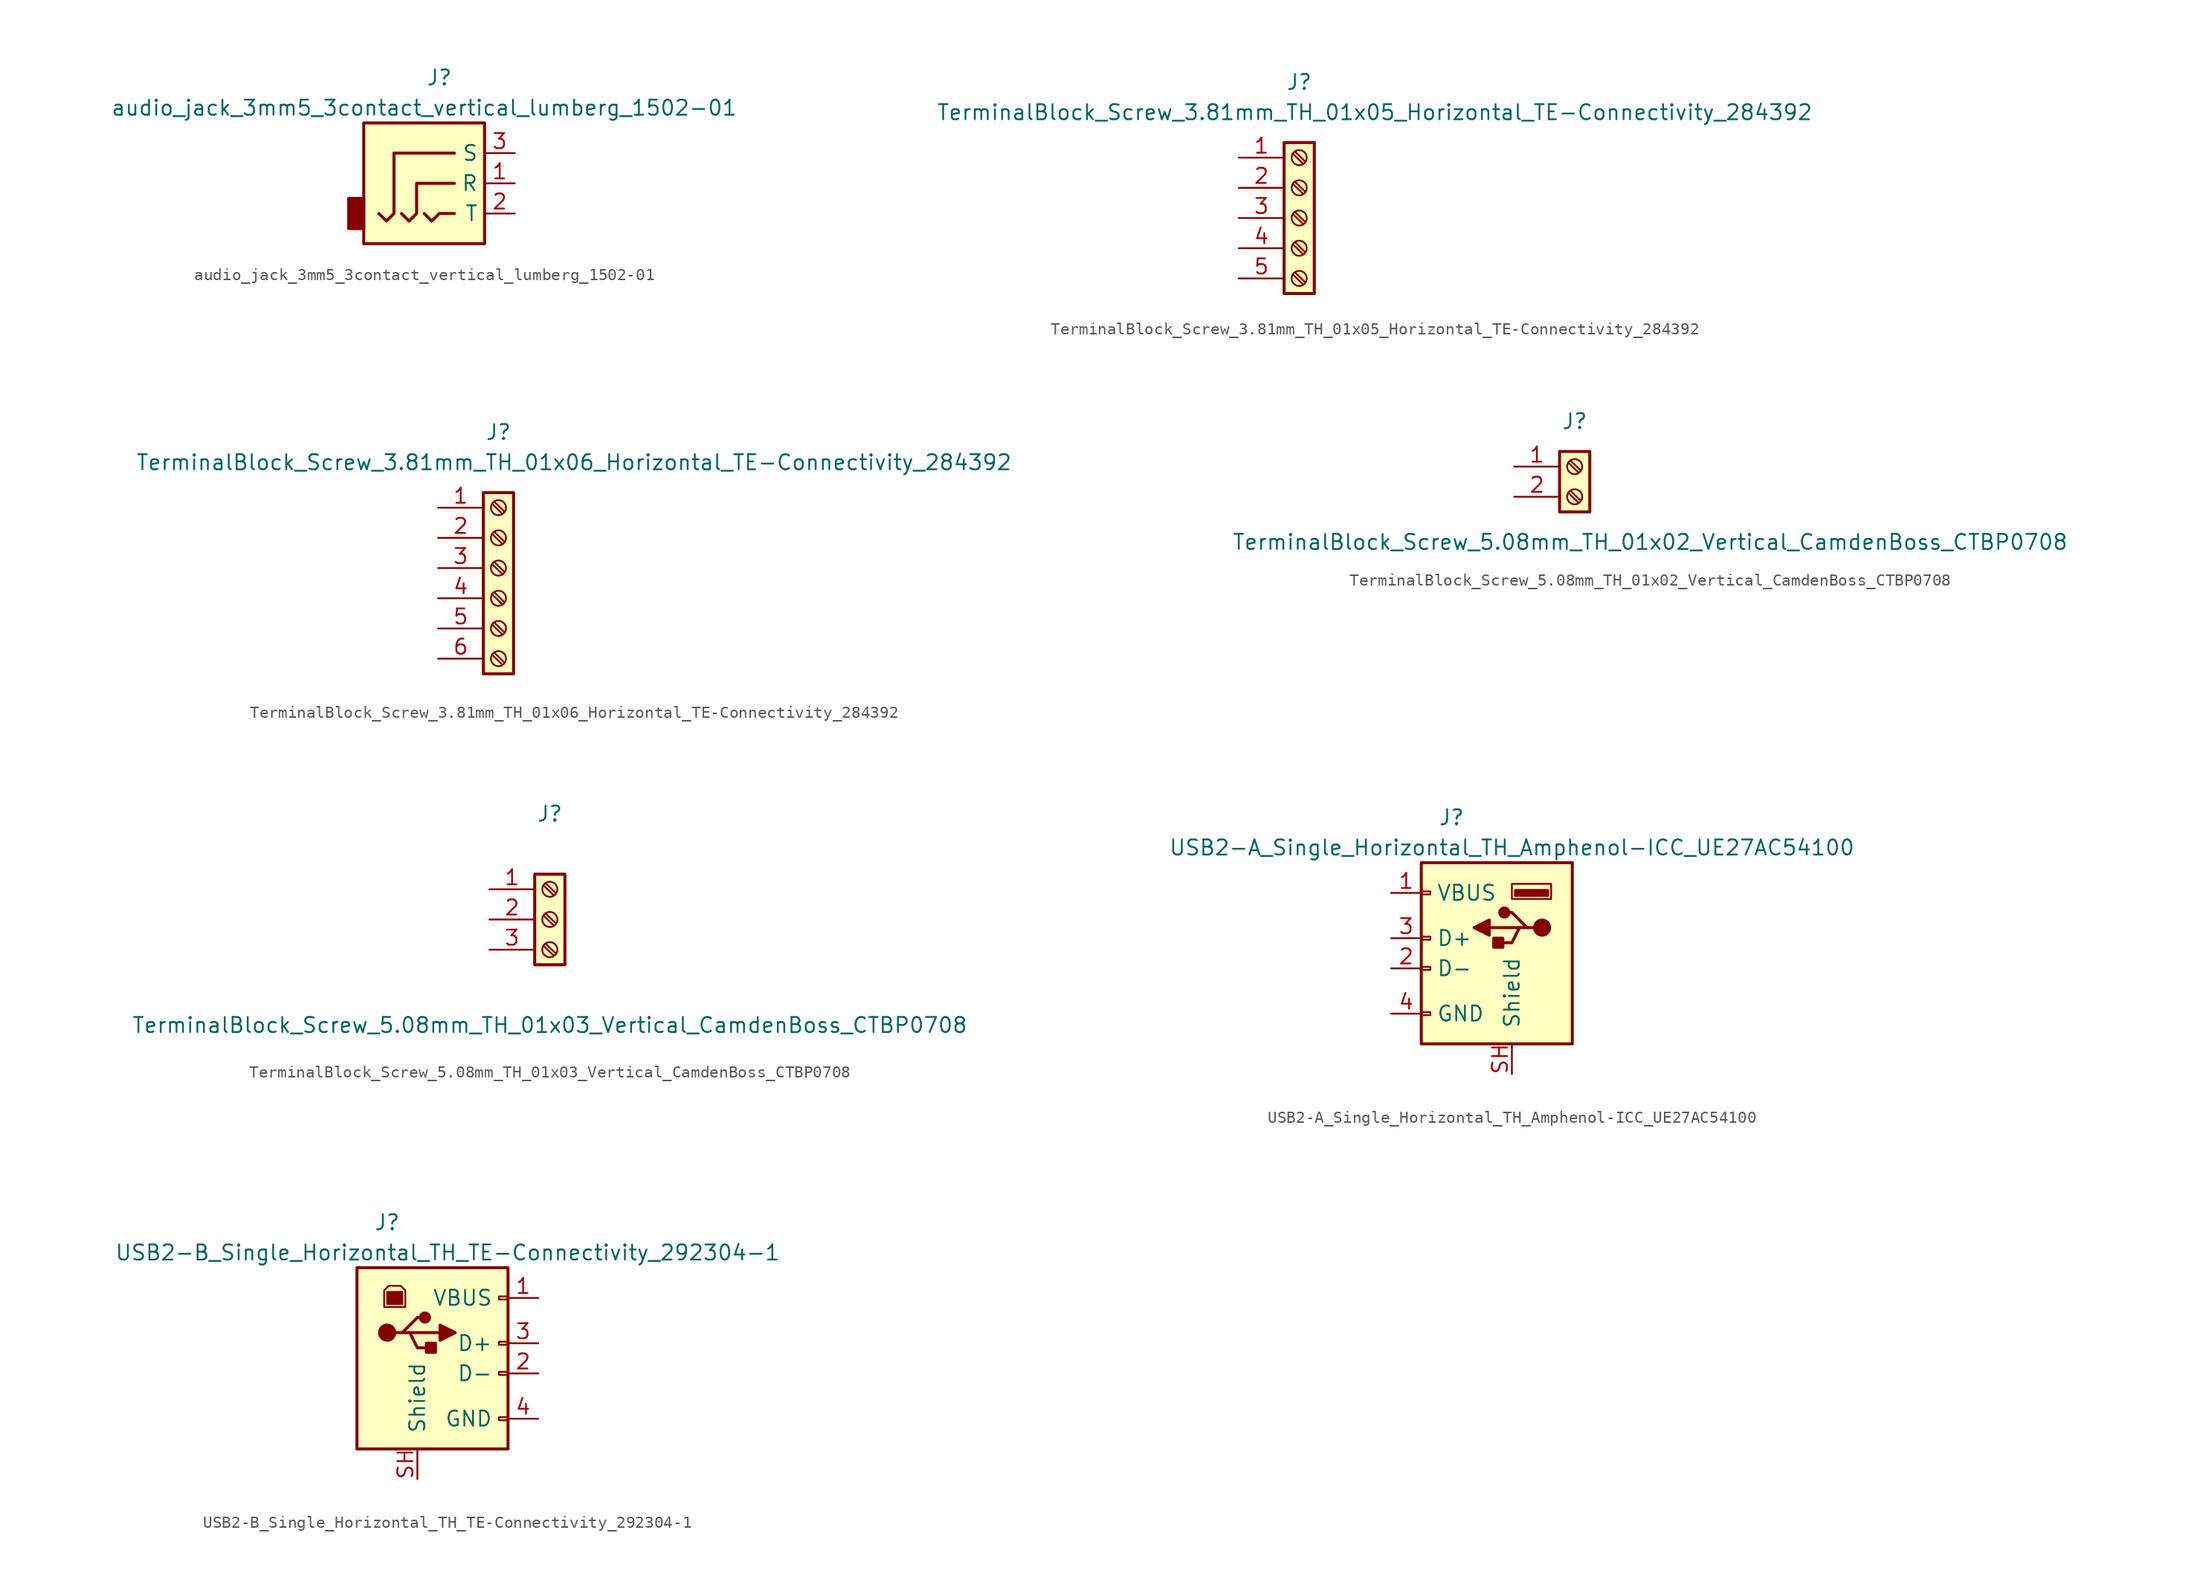
<source format=kicad_sym>
(kicad_symbol_lib
  (version 20241209)
  (generator "kicad_symbol_editor")
  (generator_version "9.0")
  (symbol "audio_jack_3mm5_3contact_vertical_lumberg_1502-01"
    (property "Reference" "J"
      (at 0 11.43 0)
      (effects (font (size 1.27 1.27))))
    (property "Value" "audio_jack_3mm5_3contact_vertical_lumberg_1502-01"
      (at -1.27 8.89 0)
      (effects (font (size 1.27 1.27))))
    (symbol "audio_jack_3mm5_3contact_vertical_lumberg_1502-01_1_1"
      (rectangle (start -6.35 -1.27) (end -7.62 1.27) (stroke (width 0.254) (type default)) (fill (type outline)))
      (polyline (pts (xy -3.175 0) (xy -2.54 -0.635) (xy -1.905 0) (xy -1.905 2.54) (xy 1.27 2.54)) (stroke (width 0.254) (type default)) (fill (type none)))
      (polyline (pts (xy -1.27 0) (xy -0.635 -0.635) (xy 0 0) (xy 1.27 0)) (stroke (width 0.254) (type default)) (fill (type none)))
      (polyline (pts (xy 1.27 5.08) (xy -3.81 5.08) (xy -3.81 0) (xy -4.445 -0.635) (xy -5.08 0)) (stroke (width 0.254) (type default)) (fill (type none)))
      (rectangle (start 3.81 7.62) (end -6.35 -2.54) (stroke (width 0.254) (type default)) (fill (type background)))
      (pin passive line (at 6.35 5.08 180) (length 2.54) (name "S" (effects (font (size 1.27 1.27)))) (number "3" (effects (font (size 1.27 1.27)))))
      (pin passive line (at 6.35 2.54 180) (length 2.54) (name "R" (effects (font (size 1.27 1.27)))) (number "1" (effects (font (size 1.27 1.27)))))
      (pin passive line (at 6.35 0 180) (length 2.54) (name "T" (effects (font (size 1.27 1.27)))) (number "2" (effects (font (size 1.27 1.27)))))))
  (symbol "TerminalBlock_Screw_3.81mm_TH_01x05_Horizontal_TE-Connectivity_284392"
    (pin_names
      (offset 1.27)
      (hide yes))
    (property "Reference" "J"
      (at 0 11.43 0)
      (effects (font (size 1.27 1.27))))
    (property "Value" "TerminalBlock_Screw_3.81mm_TH_01x05_Horizontal_TE-Connectivity_284392"
      (at 6.35 8.89 0)
      (effects (font (size 1.27 1.27))))
    (symbol "TerminalBlock_Screw_3.81mm_TH_01x05_Horizontal_TE-Connectivity_284392_0_0"
      (pin passive line (at -5.08 -2.54 0) (length 3.81) (name "Pin_4" (effects (font (size 1.27 1.27)))) (number "4" (effects (font (size 1.27 1.27)))))
      (pin passive line (at -5.08 -5.08 0) (length 3.81) (name "Pin_5" (effects (font (size 1.27 1.27)))) (number "5" (effects (font (size 1.27 1.27))))))
    (symbol "TerminalBlock_Screw_3.81mm_TH_01x05_Horizontal_TE-Connectivity_284392_1_1"
      (rectangle (start -1.27 6.35) (end 1.27 -6.35) (stroke (width 0.254) (type default)) (fill (type background)))
      (polyline (pts (xy -0.533 5.41) (xy 0.33 4.572)) (stroke (width 0.152) (type default)) (fill (type none)))
      (polyline (pts (xy -0.533 2.87) (xy 0.33 2.032)) (stroke (width 0.152) (type default)) (fill (type none)))
      (polyline (pts (xy -0.533 0.33) (xy 0.33 -0.508)) (stroke (width 0.152) (type default)) (fill (type none)))
      (polyline (pts (xy -0.533 -2.21) (xy 0.33 -3.048)) (stroke (width 0.152) (type default)) (fill (type none)))
      (polyline (pts (xy -0.533 -4.75) (xy 0.33 -5.588)) (stroke (width 0.152) (type default)) (fill (type none)))
      (polyline (pts (xy -0.356 5.588) (xy 0.508 4.75)) (stroke (width 0.152) (type default)) (fill (type none)))
      (polyline (pts (xy -0.356 3.048) (xy 0.508 2.21)) (stroke (width 0.152) (type default)) (fill (type none)))
      (polyline (pts (xy -0.356 0.508) (xy 0.508 -0.33)) (stroke (width 0.152) (type default)) (fill (type none)))
      (polyline (pts (xy -0.356 -2.032) (xy 0.508 -2.87)) (stroke (width 0.152) (type default)) (fill (type none)))
      (polyline (pts (xy -0.356 -4.572) (xy 0.508 -5.41)) (stroke (width 0.152) (type default)) (fill (type none)))
      (circle (center 0 5.08) (radius 0.635) (stroke (width 0.152) (type default)) (fill (type none)))
      (circle (center 0 2.54) (radius 0.635) (stroke (width 0.152) (type default)) (fill (type none)))
      (circle (center 0 0) (radius 0.635) (stroke (width 0.152) (type default)) (fill (type none)))
      (circle (center 0 -2.54) (radius 0.635) (stroke (width 0.152) (type default)) (fill (type none)))
      (circle (center 0 -5.08) (radius 0.635) (stroke (width 0.152) (type default)) (fill (type none)))
      (pin passive line (at -5.08 5.08 0) (length 3.81) (name "Pin_1" (effects (font (size 1.27 1.27)))) (number "1" (effects (font (size 1.27 1.27)))))
      (pin passive line (at -5.08 2.54 0) (length 3.81) (name "Pin_2" (effects (font (size 1.27 1.27)))) (number "2" (effects (font (size 1.27 1.27)))))
      (pin passive line (at -5.08 0 0) (length 3.81) (name "Pin_3" (effects (font (size 1.27 1.27)))) (number "3" (effects (font (size 1.27 1.27)))))))
  (symbol "TerminalBlock_Screw_3.81mm_TH_01x06_Horizontal_TE-Connectivity_284392"
    (pin_names
      (offset 1.27)
      (hide yes))
    (property "Reference" "J"
      (at 0 12.7 0)
      (effects (font (size 1.27 1.27))))
    (property "Value" "TerminalBlock_Screw_3.81mm_TH_01x06_Horizontal_TE-Connectivity_284392"
      (at 6.35 10.16 0)
      (effects (font (size 1.27 1.27))))
    (symbol "TerminalBlock_Screw_3.81mm_TH_01x06_Horizontal_TE-Connectivity_284392_0_0"
      (pin passive line (at -5.08 -1.27 0) (length 3.81) (name "Pin_4" (effects (font (size 1.27 1.27)))) (number "4" (effects (font (size 1.27 1.27)))))
      (pin passive line (at -5.08 -3.81 0) (length 3.81) (name "Pin_5" (effects (font (size 1.27 1.27)))) (number "5" (effects (font (size 1.27 1.27)))))
      (pin passive line (at -5.08 -6.35 0) (length 3.81) (name "Pin_6" (effects (font (size 1.27 1.27)))) (number "6" (effects (font (size 1.27 1.27))))))
    (symbol "TerminalBlock_Screw_3.81mm_TH_01x06_Horizontal_TE-Connectivity_284392_1_1"
      (rectangle (start -1.27 7.62) (end 1.27 -7.62) (stroke (width 0.254) (type default)) (fill (type background)))
      (polyline (pts (xy -0.533 6.68) (xy 0.33 5.842)) (stroke (width 0.152) (type default)) (fill (type none)))
      (polyline (pts (xy -0.533 4.14) (xy 0.33 3.302)) (stroke (width 0.152) (type default)) (fill (type none)))
      (polyline (pts (xy -0.533 1.6) (xy 0.33 0.762)) (stroke (width 0.152) (type default)) (fill (type none)))
      (polyline (pts (xy -0.533 -0.94) (xy 0.33 -1.778)) (stroke (width 0.152) (type default)) (fill (type none)))
      (polyline (pts (xy -0.533 -3.48) (xy 0.33 -4.318)) (stroke (width 0.152) (type default)) (fill (type none)))
      (polyline (pts (xy -0.533 -6.02) (xy 0.33 -6.858)) (stroke (width 0.152) (type default)) (fill (type none)))
      (polyline (pts (xy -0.356 6.858) (xy 0.508 6.02)) (stroke (width 0.152) (type default)) (fill (type none)))
      (polyline (pts (xy -0.356 4.318) (xy 0.508 3.48)) (stroke (width 0.152) (type default)) (fill (type none)))
      (polyline (pts (xy -0.356 1.778) (xy 0.508 0.94)) (stroke (width 0.152) (type default)) (fill (type none)))
      (polyline (pts (xy -0.356 -0.762) (xy 0.508 -1.6)) (stroke (width 0.152) (type default)) (fill (type none)))
      (polyline (pts (xy -0.356 -3.302) (xy 0.508 -4.14)) (stroke (width 0.152) (type default)) (fill (type none)))
      (polyline (pts (xy -0.356 -5.842) (xy 0.508 -6.68)) (stroke (width 0.152) (type default)) (fill (type none)))
      (circle (center 0 6.35) (radius 0.635) (stroke (width 0.152) (type default)) (fill (type none)))
      (circle (center 0 3.81) (radius 0.635) (stroke (width 0.152) (type default)) (fill (type none)))
      (circle (center 0 1.27) (radius 0.635) (stroke (width 0.152) (type default)) (fill (type none)))
      (circle (center 0 -1.27) (radius 0.635) (stroke (width 0.152) (type default)) (fill (type none)))
      (circle (center 0 -3.81) (radius 0.635) (stroke (width 0.152) (type default)) (fill (type none)))
      (circle (center 0 -6.35) (radius 0.635) (stroke (width 0.152) (type default)) (fill (type none)))
      (pin passive line (at -5.08 6.35 0) (length 3.81) (name "Pin_1" (effects (font (size 1.27 1.27)))) (number "1" (effects (font (size 1.27 1.27)))))
      (pin passive line (at -5.08 3.81 0) (length 3.81) (name "Pin_2" (effects (font (size 1.27 1.27)))) (number "2" (effects (font (size 1.27 1.27)))))
      (pin passive line (at -5.08 1.27 0) (length 3.81) (name "Pin_3" (effects (font (size 1.27 1.27)))) (number "3" (effects (font (size 1.27 1.27)))))))
  (symbol "TerminalBlock_Screw_5.08mm_TH_01x02_Vertical_CamdenBoss_CTBP0708"
    (pin_names
      (offset 1.27)
      (hide yes))
    (property "Reference" "J"
      (at 0 5.08 0)
      (effects (font (size 1.27 1.27))))
    (property "Value" "TerminalBlock_Screw_5.08mm_TH_01x02_Vertical_CamdenBoss_CTBP0708"
      (at 6.35 -5.08 0)
      (effects (font (size 1.27 1.27))))
    (symbol "TerminalBlock_Screw_5.08mm_TH_01x02_Vertical_CamdenBoss_CTBP0708_1_1"
      (rectangle (start -1.27 2.54) (end 1.27 -2.54) (stroke (width 0.254) (type default)) (fill (type background)))
      (polyline (pts (xy -0.533 1.6) (xy 0.33 0.762)) (stroke (width 0.152) (type default)) (fill (type none)))
      (polyline (pts (xy -0.533 -0.94) (xy 0.33 -1.778)) (stroke (width 0.152) (type default)) (fill (type none)))
      (polyline (pts (xy -0.356 1.778) (xy 0.508 0.94)) (stroke (width 0.152) (type default)) (fill (type none)))
      (polyline (pts (xy -0.356 -0.762) (xy 0.508 -1.6)) (stroke (width 0.152) (type default)) (fill (type none)))
      (circle (center 0 1.27) (radius 0.635) (stroke (width 0.152) (type default)) (fill (type none)))
      (circle (center 0 -1.27) (radius 0.635) (stroke (width 0.152) (type default)) (fill (type none)))
      (pin passive line (at -5.08 1.27 0) (length 3.81) (name "Pin_1" (effects (font (size 1.27 1.27)))) (number "1" (effects (font (size 1.27 1.27)))))
      (pin passive line (at -5.08 -1.27 0) (length 3.81) (name "Pin_2" (effects (font (size 1.27 1.27)))) (number "2" (effects (font (size 1.27 1.27)))))))
  (symbol "TerminalBlock_Screw_5.08mm_TH_01x03_Vertical_CamdenBoss_CTBP0708"
    (pin_names
      (offset 1.27)
      (hide yes))
    (property "Reference" "J"
      (at 0 8.89 0)
      (effects (font (size 1.27 1.27))))
    (property "Value" "TerminalBlock_Screw_5.08mm_TH_01x03_Vertical_CamdenBoss_CTBP0708"
      (at 0 -8.89 0)
      (effects (font (size 1.27 1.27))))
    (symbol "TerminalBlock_Screw_5.08mm_TH_01x03_Vertical_CamdenBoss_CTBP0708_1_1"
      (rectangle (start -1.27 3.81) (end 1.27 -3.81) (stroke (width 0.254) (type default)) (fill (type background)))
      (polyline (pts (xy -0.533 2.87) (xy 0.33 2.032)) (stroke (width 0.152) (type default)) (fill (type none)))
      (polyline (pts (xy -0.533 0.33) (xy 0.33 -0.508)) (stroke (width 0.152) (type default)) (fill (type none)))
      (polyline (pts (xy -0.533 -2.21) (xy 0.33 -3.048)) (stroke (width 0.152) (type default)) (fill (type none)))
      (polyline (pts (xy -0.356 3.048) (xy 0.508 2.21)) (stroke (width 0.152) (type default)) (fill (type none)))
      (polyline (pts (xy -0.356 0.508) (xy 0.508 -0.33)) (stroke (width 0.152) (type default)) (fill (type none)))
      (polyline (pts (xy -0.356 -2.032) (xy 0.508 -2.87)) (stroke (width 0.152) (type default)) (fill (type none)))
      (circle (center 0 2.54) (radius 0.635) (stroke (width 0.152) (type default)) (fill (type none)))
      (circle (center 0 0) (radius 0.635) (stroke (width 0.152) (type default)) (fill (type none)))
      (circle (center 0 -2.54) (radius 0.635) (stroke (width 0.152) (type default)) (fill (type none)))
      (pin passive line (at -5.08 2.54 0) (length 3.81) (name "Pin_1" (effects (font (size 1.27 1.27)))) (number "1" (effects (font (size 1.27 1.27)))))
      (pin passive line (at -5.08 0 0) (length 3.81) (name "Pin_2" (effects (font (size 1.27 1.27)))) (number "2" (effects (font (size 1.27 1.27)))))
      (pin passive line (at -5.08 -2.54 0) (length 3.81) (name "Pin_3" (effects (font (size 1.27 1.27)))) (number "3" (effects (font (size 1.27 1.27)))))))
  (symbol "USB2-A_Single_Horizontal_TH_Amphenol-ICC_UE27AC54100"
    (pin_names
      (offset 1.27))
    (property "Reference" "J"
      (at -3.81 11.43 0)
      (effects (font (size 1.27 1.27))))
    (property "Value" "USB2-A_Single_Horizontal_TH_Amphenol-ICC_UE27AC54100"
      (at 1.27 8.89 0)
      (effects (font (size 1.27 1.27))))
    (symbol "USB2-A_Single_Horizontal_TH_Amphenol-ICC_UE27AC54100_1_1"
      (rectangle (start -6.35 4.953) (end -5.588 5.207) (stroke (width 0) (type default)) (fill (type none)))
      (rectangle (start -6.35 1.143) (end -5.588 1.397) (stroke (width 0) (type default)) (fill (type none)))
      (rectangle (start -6.35 -1.397) (end -5.588 -1.143) (stroke (width 0) (type default)) (fill (type none)))
      (rectangle (start -6.35 -5.207) (end -5.588 -4.953) (stroke (width 0) (type default)) (fill (type none)))
      (polyline (pts (xy -0.635 2.794) (xy -0.635 1.524) (xy -1.905 2.159) (xy -0.635 2.794)) (stroke (width 0.254) (type default)) (fill (type outline)))
      (rectangle (start -0.254 1.27) (end 0.508 0.508) (stroke (width 0.254) (type default)) (fill (type outline)))
      (circle (center 0.635 3.429) (radius 0.381) (stroke (width 0.254) (type default)) (fill (type outline)))
      (rectangle (start 1.27 4.572) (end 4.572 5.842) (stroke (width 0) (type default)) (fill (type none)))
      (rectangle (start 1.524 4.826) (end 4.318 5.334) (stroke (width 0) (type default)) (fill (type outline)))
      (polyline (pts (xy 1.905 2.159) (xy -0.635 2.159)) (stroke (width 0.254) (type default)) (fill (type none)))
      (polyline (pts (xy 2.54 2.159) (xy 1.905 2.159) (xy 1.27 0.889) (xy 0 0.889)) (stroke (width 0.254) (type default)) (fill (type none)))
      (polyline (pts (xy 3.175 2.159) (xy 2.54 2.159) (xy 1.27 3.429) (xy 0.635 3.429)) (stroke (width 0.254) (type default)) (fill (type none)))
      (circle (center 3.81 2.159) (radius 0.635) (stroke (width 0.254) (type default)) (fill (type outline)))
      (rectangle (start 6.35 -7.62) (end -6.35 7.62) (stroke (width 0.254) (type default)) (fill (type background)))
      (pin power_in line (at -8.89 5.08 0) (length 2.54) (name "VBUS" (effects (font (size 1.27 1.27)))) (number "1" (effects (font (size 1.27 1.27)))))
      (pin bidirectional line (at -8.89 1.27 0) (length 2.54) (name "D+" (effects (font (size 1.27 1.27)))) (number "3" (effects (font (size 1.27 1.27)))))
      (pin bidirectional line (at -8.89 -1.27 0) (length 2.54) (name "D-" (effects (font (size 1.27 1.27)))) (number "2" (effects (font (size 1.27 1.27)))))
      (pin power_in line (at -8.89 -5.08 0) (length 2.54) (name "GND" (effects (font (size 1.27 1.27)))) (number "4" (effects (font (size 1.27 1.27)))))
      (pin passive line (at 1.27 -10.16 90) (length 2.54) (name "Shield" (effects (font (size 1.27 1.27)))) (number "SH" (effects (font (size 1.27 1.27)))))))
  (symbol "USB2-B_Single_Horizontal_TH_TE-Connectivity_292304-1"
    (pin_names
      (offset 1.27))
    (property "Reference" "J"
      (at -3.81 11.43 0)
      (effects (font (size 1.27 1.27))))
    (property "Value" "USB2-B_Single_Horizontal_TH_TE-Connectivity_292304-1"
      (at 1.27 8.89 0)
      (effects (font (size 1.27 1.27))))
    (symbol "USB2-B_Single_Horizontal_TH_TE-Connectivity_292304-1_1_1"
      (rectangle (start -6.35 -7.62) (end 6.35 7.62) (stroke (width 0.254) (type default)) (fill (type background)))
      (circle (center -3.81 2.159) (radius 0.635) (stroke (width 0.254) (type default)) (fill (type outline)))
      (polyline (pts (xy -3.175 2.159) (xy -2.54 2.159) (xy -1.27 3.429) (xy -0.635 3.429)) (stroke (width 0.254) (type default)) (fill (type none)))
      (rectangle (start -2.54 5.588) (end -3.81 4.572) (stroke (width 0) (type default)) (fill (type outline)))
      (polyline (pts (xy -2.54 2.159) (xy -1.905 2.159) (xy -1.27 0.889) (xy 0 0.889)) (stroke (width 0.254) (type default)) (fill (type none)))
      (polyline (pts (xy -2.286 4.318) (xy -4.064 4.318) (xy -4.064 5.715) (xy -3.683 6.096) (xy -2.667 6.096) (xy -2.286 5.715) (xy -2.286 4.318)) (stroke (width 0) (type default)) (fill (type none)))
      (polyline (pts (xy -1.905 2.159) (xy 0.635 2.159)) (stroke (width 0.254) (type default)) (fill (type none)))
      (circle (center -0.635 3.429) (radius 0.381) (stroke (width 0.254) (type default)) (fill (type outline)))
      (rectangle (start 0.254 1.27) (end -0.508 0.508) (stroke (width 0.254) (type default)) (fill (type outline)))
      (polyline (pts (xy 0.635 2.794) (xy 0.635 1.524) (xy 1.905 2.159) (xy 0.635 2.794)) (stroke (width 0.254) (type default)) (fill (type outline)))
      (rectangle (start 6.35 4.953) (end 5.588 5.207) (stroke (width 0) (type default)) (fill (type none)))
      (rectangle (start 6.35 1.143) (end 5.588 1.397) (stroke (width 0) (type default)) (fill (type none)))
      (rectangle (start 6.35 -1.397) (end 5.588 -1.143) (stroke (width 0) (type default)) (fill (type none)))
      (rectangle (start 6.35 -5.207) (end 5.588 -4.953) (stroke (width 0) (type default)) (fill (type none)))
      (pin passive line (at -1.27 -10.16 90) (length 2.54) (name "Shield" (effects (font (size 1.27 1.27)))) (number "SH" (effects (font (size 1.27 1.27)))))
      (pin power_out line (at 8.89 5.08 180) (length 2.54) (name "VBUS" (effects (font (size 1.27 1.27)))) (number "1" (effects (font (size 1.27 1.27)))))
      (pin bidirectional line (at 8.89 1.27 180) (length 2.54) (name "D+" (effects (font (size 1.27 1.27)))) (number "3" (effects (font (size 1.27 1.27)))))
      (pin bidirectional line (at 8.89 -1.27 180) (length 2.54) (name "D-" (effects (font (size 1.27 1.27)))) (number "2" (effects (font (size 1.27 1.27)))))
      (pin power_out line (at 8.89 -5.08 180) (length 2.54) (name "GND" (effects (font (size 1.27 1.27)))) (number "4" (effects (font (size 1.27 1.27))))))))
</source>
